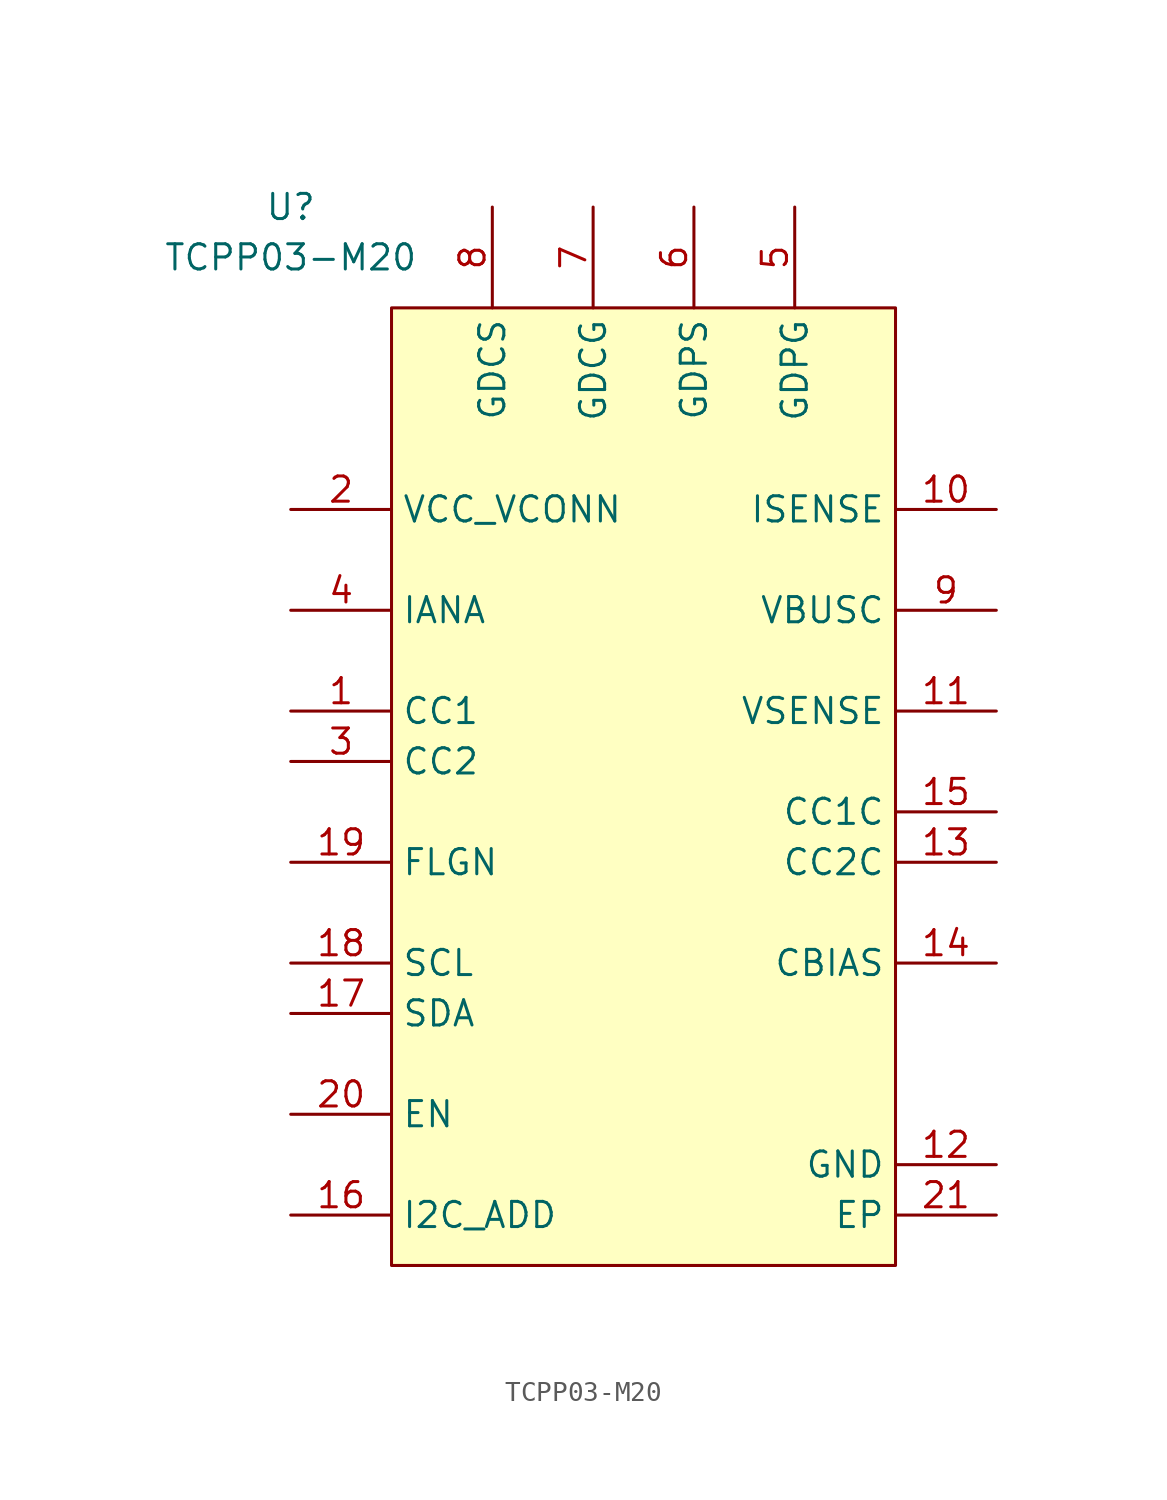
<source format=kicad_sym>
(kicad_symbol_lib
  (version 20241209)
  (generator "kicad_symbol_editor")
  (generator_version "9.0")
  (symbol "TCPP03-M20"
    (property "Reference" "U"
      (at -17.78 5.08 0)
      (effects (font (size 1.27 1.27))))
    (property "Value" "TCPP03-M20"
      (at -17.78 2.54 0)
      (effects (font (size 1.27 1.27))))
    (symbol "TCPP03-M20_1_1"
      (rectangle (start -12.7 0) (end 12.7 -48.26) (stroke (width 0) (type solid)) (fill (type background)))
      (pin passive line (at -17.78 -10.16 0) (length 5.08) (name "VCC_VCONN" (effects (font (size 1.27 1.27)))) (number "2" (effects (font (size 1.27 1.27)))))
      (pin passive line (at -17.78 -15.24 0) (length 5.08) (name "IANA" (effects (font (size 1.27 1.27)))) (number "4" (effects (font (size 1.27 1.27)))))
      (pin passive line (at -17.78 -20.32 0) (length 5.08) (name "CC1" (effects (font (size 1.27 1.27)))) (number "1" (effects (font (size 1.27 1.27)))))
      (pin passive line (at -17.78 -22.86 0) (length 5.08) (name "CC2" (effects (font (size 1.27 1.27)))) (number "3" (effects (font (size 1.27 1.27)))))
      (pin passive line (at -17.78 -27.94 0) (length 5.08) (name "FLGN" (effects (font (size 1.27 1.27)))) (number "19" (effects (font (size 1.27 1.27)))))
      (pin passive line (at -17.78 -33.02 0) (length 5.08) (name "SCL" (effects (font (size 1.27 1.27)))) (number "18" (effects (font (size 1.27 1.27)))))
      (pin passive line (at -17.78 -35.56 0) (length 5.08) (name "SDA" (effects (font (size 1.27 1.27)))) (number "17" (effects (font (size 1.27 1.27)))))
      (pin passive line (at -17.78 -40.64 0) (length 5.08) (name "EN" (effects (font (size 1.27 1.27)))) (number "20" (effects (font (size 1.27 1.27)))))
      (pin passive line (at -17.78 -45.72 0) (length 5.08) (name "I2C_ADD" (effects (font (size 1.27 1.27)))) (number "16" (effects (font (size 1.27 1.27)))))
      (pin passive line (at -7.62 5.08 270) (length 5.08) (name "GDCS" (effects (font (size 1.27 1.27)))) (number "8" (effects (font (size 1.27 1.27)))))
      (pin passive line (at -2.54 5.08 270) (length 5.08) (name "GDCG" (effects (font (size 1.27 1.27)))) (number "7" (effects (font (size 1.27 1.27)))))
      (pin passive line (at 2.54 5.08 270) (length 5.08) (name "GDPS" (effects (font (size 1.27 1.27)))) (number "6" (effects (font (size 1.27 1.27)))))
      (pin passive line (at 7.62 5.08 270) (length 5.08) (name "GDPG" (effects (font (size 1.27 1.27)))) (number "5" (effects (font (size 1.27 1.27)))))
      (pin passive line (at 17.78 -10.16 180) (length 5.08) (name "ISENSE" (effects (font (size 1.27 1.27)))) (number "10" (effects (font (size 1.27 1.27)))))
      (pin passive line (at 17.78 -15.24 180) (length 5.08) (name "VBUSC" (effects (font (size 1.27 1.27)))) (number "9" (effects (font (size 1.27 1.27)))))
      (pin passive line (at 17.78 -20.32 180) (length 5.08) (name "VSENSE" (effects (font (size 1.27 1.27)))) (number "11" (effects (font (size 1.27 1.27)))))
      (pin passive line (at 17.78 -25.4 180) (length 5.08) (name "CC1C" (effects (font (size 1.27 1.27)))) (number "15" (effects (font (size 1.27 1.27)))))
      (pin passive line (at 17.78 -27.94 180) (length 5.08) (name "CC2C" (effects (font (size 1.27 1.27)))) (number "13" (effects (font (size 1.27 1.27)))))
      (pin passive line (at 17.78 -33.02 180) (length 5.08) (name "CBIAS" (effects (font (size 1.27 1.27)))) (number "14" (effects (font (size 1.27 1.27)))))
      (pin passive line (at 17.78 -43.18 180) (length 5.08) (name "GND" (effects (font (size 1.27 1.27)))) (number "12" (effects (font (size 1.27 1.27)))))
      (pin passive line (at 17.78 -45.72 180) (length 5.08) (name "EP" (effects (font (size 1.27 1.27)))) (number "21" (effects (font (size 1.27 1.27))))))))
</source>
